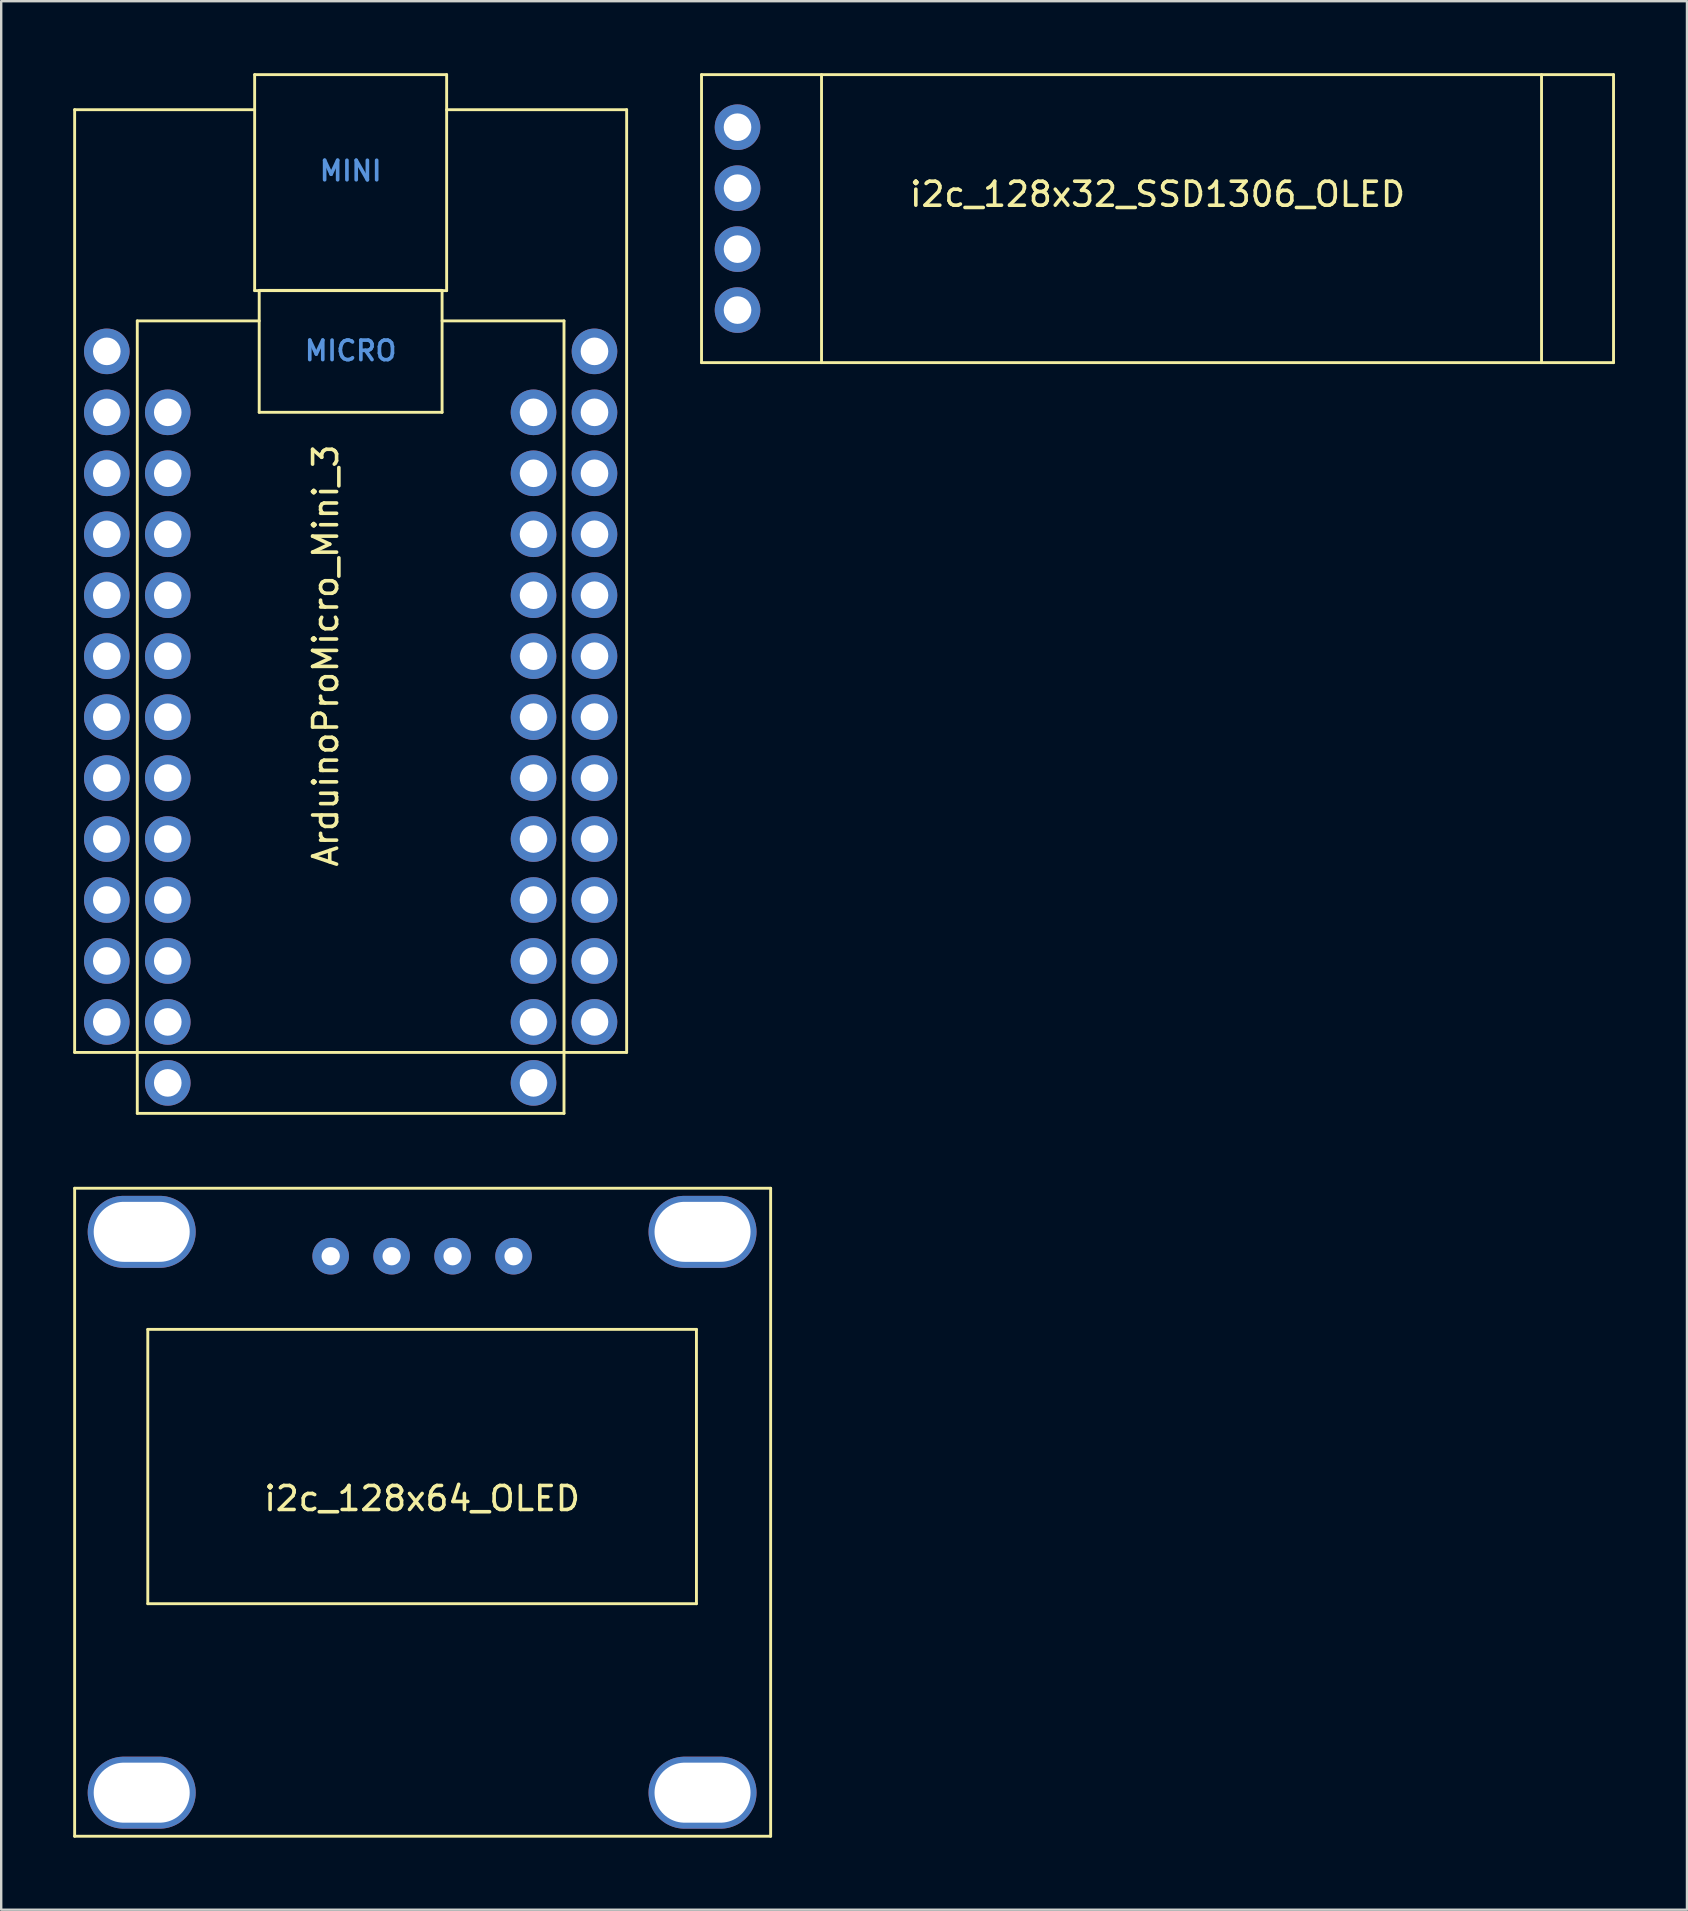
<source format=kicad_pcb>
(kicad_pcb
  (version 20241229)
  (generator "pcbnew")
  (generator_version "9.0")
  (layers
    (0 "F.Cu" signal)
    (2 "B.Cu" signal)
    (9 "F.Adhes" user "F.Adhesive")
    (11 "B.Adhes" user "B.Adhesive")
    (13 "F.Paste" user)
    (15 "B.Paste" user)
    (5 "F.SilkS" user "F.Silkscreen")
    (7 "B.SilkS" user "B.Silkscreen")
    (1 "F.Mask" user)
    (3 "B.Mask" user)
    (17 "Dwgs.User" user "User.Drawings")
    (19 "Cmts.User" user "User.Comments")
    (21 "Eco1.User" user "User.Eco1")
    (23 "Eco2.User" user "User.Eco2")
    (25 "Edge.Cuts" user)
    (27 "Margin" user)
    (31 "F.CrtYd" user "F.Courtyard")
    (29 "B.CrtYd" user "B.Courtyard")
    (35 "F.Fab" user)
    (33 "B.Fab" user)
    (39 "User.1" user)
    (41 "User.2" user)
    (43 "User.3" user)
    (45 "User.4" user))
  (footprint "ArduinoProMicro_Mini_3"
    (layer "F.Cu")
    (at 11.56 24.265)
    (property "Reference" "ArduinoProMicro_Mini_3" (at -1.041 0 90) (layer "F.SilkS") (effects (font (size 1 1) (thickness 0.15))))
    (attr through_hole)
    (fp_line (start -11.5 -22.745) (end -4 -22.745) (stroke (width 0.12) (type solid)) (layer "F.SilkS"))
    (fp_line (start -11.5 16.535) (end -11.5 -22.745) (stroke (width 0.12) (type solid)) (layer "F.SilkS"))
    (fp_line (start -11.5 16.535) (end 11.5 16.535) (stroke (width 0.12) (type solid)) (layer "F.SilkS"))
    (fp_line (start -8.89 -13.945) (end -8.89 19.075) (stroke (width 0.12) (type solid)) (layer "F.SilkS"))
    (fp_line (start -8.89 -13.945) (end -3.81 -13.945) (stroke (width 0.12) (type solid)) (layer "F.SilkS"))
    (fp_line (start -8.89 19.075) (end 8.89 19.075) (stroke (width 0.12) (type solid)) (layer "F.SilkS"))
    (fp_line (start -4 -24.205) (end 4 -24.205) (stroke (width 0.12) (type solid)) (layer "F.SilkS"))
    (fp_line (start -4 -15.205) (end -4 -24.205) (stroke (width 0.12) (type solid)) (layer "F.SilkS"))
    (fp_line (start -4 -15.205) (end 4 -15.205) (stroke (width 0.12) (type solid)) (layer "F.SilkS"))
    (fp_line (start -3.81 -15.215) (end 3.81 -15.215) (stroke (width 0.12) (type solid)) (layer "F.SilkS"))
    (fp_line (start -3.81 -10.135) (end -3.81 -15.215) (stroke (width 0.12) (type solid)) (layer "F.SilkS"))
    (fp_line (start -3.81 -10.135) (end 3.81 -10.135) (stroke (width 0.12) (type solid)) (layer "F.SilkS"))
    (fp_line (start 3.81 -15.215) (end 3.81 -10.135) (stroke (width 0.12) (type solid)) (layer "F.SilkS"))
    (fp_line (start 4 -15.205) (end 4 -24.205) (stroke (width 0.12) (type solid)) (layer "F.SilkS"))
    (fp_line (start 8.89 -13.945) (end 3.81 -13.945) (stroke (width 0.12) (type solid)) (layer "F.SilkS"))
    (fp_line (start 8.89 19.075) (end 8.89 -13.945) (stroke (width 0.12) (type solid)) (layer "F.SilkS"))
    (fp_line (start 11.5 -22.745) (end 4 -22.745) (stroke (width 0.12) (type solid)) (layer "F.SilkS"))
    (fp_line (start 11.5 16.535) (end 11.5 -22.745) (stroke (width 0.12) (type solid)) (layer "F.SilkS"))
    (fp_text user "MICRO" (at 0 -12.7 0) (layer "Cmts.User") (effects (font (size 0.813 0.813) (thickness 0.152))))
    (fp_text user "MINI" (at 0 -20.193 0) (layer "Cmts.User") (effects (font (size 0.813 0.813) (thickness 0.152))))
    (pad "1" thru_hole circle (at -10.16 -12.675) (size 1.9 1.9) (drill 1.15) (layers "*.Cu" "*.Mask"))
    (pad "1" thru_hole circle (at -7.62 -10.135) (size 1.9 1.9) (drill 1.15) (layers "*.Cu" "*.Mask"))
    (pad "2" thru_hole circle (at -10.16 -10.135) (size 1.9 1.9) (drill 1.15) (layers "*.Cu" "*.Mask"))
    (pad "2" thru_hole circle (at -7.62 -7.595) (size 1.9 1.9) (drill 1.15) (layers "*.Cu" "*.Mask"))
    (pad "3" thru_hole circle (at -10.16 -7.595) (size 1.9 1.9) (drill 1.15) (layers "*.Cu" "*.Mask"))
    (pad "3" thru_hole circle (at -7.62 -5.055) (size 1.9 1.9) (drill 1.15) (layers "*.Cu" "*.Mask"))
    (pad "4" thru_hole circle (at -10.16 -5.055) (size 1.9 1.9) (drill 1.15) (layers "*.Cu" "*.Mask"))
    (pad "4" thru_hole circle (at -7.62 -2.515) (size 1.9 1.9) (drill 1.15) (layers "*.Cu" "*.Mask"))
    (pad "5" thru_hole circle (at -10.16 -2.515) (size 1.9 1.9) (drill 1.15) (layers "*.Cu" "*.Mask"))
    (pad "5" thru_hole circle (at -7.62 0.025) (size 1.9 1.9) (drill 1.15) (layers "*.Cu" "*.Mask"))
    (pad "6" thru_hole circle (at -10.16 0.025) (size 1.9 1.9) (drill 1.15) (layers "*.Cu" "*.Mask"))
    (pad "6" thru_hole circle (at -7.62 2.565) (size 1.9 1.9) (drill 1.15) (layers "*.Cu" "*.Mask"))
    (pad "7" thru_hole circle (at -10.16 2.565) (size 1.9 1.9) (drill 1.15) (layers "*.Cu" "*.Mask"))
    (pad "7" thru_hole circle (at -7.62 5.105) (size 1.9 1.9) (drill 1.15) (layers "*.Cu" "*.Mask"))
    (pad "8" thru_hole circle (at -10.16 5.105) (size 1.9 1.9) (drill 1.15) (layers "*.Cu" "*.Mask"))
    (pad "8" thru_hole circle (at -7.62 7.645) (size 1.9 1.9) (drill 1.15) (layers "*.Cu" "*.Mask"))
    (pad "9" thru_hole circle (at -10.16 7.645) (size 1.9 1.9) (drill 1.15) (layers "*.Cu" "*.Mask"))
    (pad "9" thru_hole circle (at -7.62 10.185) (size 1.9 1.9) (drill 1.15) (layers "*.Cu" "*.Mask"))
    (pad "10" thru_hole circle (at -10.16 10.185) (size 1.9 1.9) (drill 1.15) (layers "*.Cu" "*.Mask"))
    (pad "10" thru_hole circle (at -7.62 12.725) (size 1.9 1.9) (drill 1.15) (layers "*.Cu" "*.Mask"))
    (pad "11" thru_hole circle (at -10.16 12.725) (size 1.9 1.9) (drill 1.15) (layers "*.Cu" "*.Mask"))
    (pad "11" thru_hole circle (at -7.62 15.265) (size 1.9 1.9) (drill 1.15) (layers "*.Cu" "*.Mask"))
    (pad "12" thru_hole circle (at -10.16 15.265) (size 1.9 1.9) (drill 1.15) (layers "*.Cu" "*.Mask"))
    (pad "12" thru_hole circle (at -7.62 17.805) (size 1.9 1.9) (drill 1.15) (layers "*.Cu" "*.Mask"))
    (pad "13" thru_hole circle (at 7.62 17.805) (size 1.9 1.9) (drill 1.15) (layers "*.Cu" "*.Mask"))
    (pad "13" thru_hole circle (at 10.16 15.265) (size 1.9 1.9) (drill 1.15) (layers "*.Cu" "*.Mask"))
    (pad "14" thru_hole circle (at 7.62 15.265) (size 1.9 1.9) (drill 1.15) (layers "*.Cu" "*.Mask"))
    (pad "14" thru_hole circle (at 10.16 12.725) (size 1.9 1.9) (drill 1.15) (layers "*.Cu" "*.Mask"))
    (pad "15" thru_hole circle (at 7.62 12.725) (size 1.9 1.9) (drill 1.15) (layers "*.Cu" "*.Mask"))
    (pad "15" thru_hole circle (at 10.16 10.185) (size 1.9 1.9) (drill 1.15) (layers "*.Cu" "*.Mask"))
    (pad "16" thru_hole circle (at 7.62 10.185) (size 1.9 1.9) (drill 1.15) (layers "*.Cu" "*.Mask"))
    (pad "16" thru_hole circle (at 10.16 7.645) (size 1.9 1.9) (drill 1.15) (layers "*.Cu" "*.Mask"))
    (pad "17" thru_hole circle (at 7.62 7.645) (size 1.9 1.9) (drill 1.15) (layers "*.Cu" "*.Mask"))
    (pad "17" thru_hole circle (at 10.16 5.105) (size 1.9 1.9) (drill 1.15) (layers "*.Cu" "*.Mask"))
    (pad "18" thru_hole circle (at 7.62 5.105) (size 1.9 1.9) (drill 1.15) (layers "*.Cu" "*.Mask"))
    (pad "18" thru_hole circle (at 10.16 2.565) (size 1.9 1.9) (drill 1.15) (layers "*.Cu" "*.Mask"))
    (pad "19" thru_hole circle (at 7.62 2.565) (size 1.9 1.9) (drill 1.15) (layers "*.Cu" "*.Mask"))
    (pad "19" thru_hole circle (at 10.16 0.025) (size 1.9 1.9) (drill 1.15) (layers "*.Cu" "*.Mask"))
    (pad "20" thru_hole circle (at 7.62 0.025) (size 1.9 1.9) (drill 1.15) (layers "*.Cu" "*.Mask"))
    (pad "20" thru_hole circle (at 10.16 -2.515) (size 1.9 1.9) (drill 1.15) (layers "*.Cu" "*.Mask"))
    (pad "21" thru_hole circle (at 7.62 -2.515) (size 1.9 1.9) (drill 1.15) (layers "*.Cu" "*.Mask"))
    (pad "21" thru_hole circle (at 10.16 -5.055) (size 1.9 1.9) (drill 1.15) (layers "*.Cu" "*.Mask"))
    (pad "22" thru_hole circle (at 7.62 -5.055) (size 1.9 1.9) (drill 1.15) (layers "*.Cu" "*.Mask"))
    (pad "22" thru_hole circle (at 10.16 -7.595) (size 1.9 1.9) (drill 1.15) (layers "*.Cu" "*.Mask"))
    (pad "23" thru_hole circle (at 7.62 -7.595) (size 1.9 1.9) (drill 1.15) (layers "*.Cu" "*.Mask"))
    (pad "23" thru_hole circle (at 10.16 -10.135) (size 1.9 1.9) (drill 1.15) (layers "*.Cu" "*.Mask"))
    (pad "24" thru_hole circle (at 7.62 -10.135) (size 1.9 1.9) (drill 1.15) (layers "*.Cu" "*.Mask"))
    (pad "24" thru_hole circle (at 10.16 -12.675) (size 1.9 1.9) (drill 1.15) (layers "*.Cu" "*.Mask")))
  (footprint "i2c_128x32_SSD1306_OLED"
    (layer "F.Cu")
    (at 45.18 6.06)
    (property "Reference" "i2c_128x32_SSD1306_OLED" (at 0 -1.016 0) (layer "F.SilkS") (effects (font (size 1 1) (thickness 0.15))))
    (attr through_hole)
    (fp_line (start -19 -6) (end 19 -6) (stroke (width 0.12) (type solid)) (layer "F.SilkS"))
    (fp_line (start -19 6) (end -19 -6) (stroke (width 0.12) (type solid)) (layer "F.SilkS"))
    (fp_line (start -19 6) (end 19 6) (stroke (width 0.12) (type solid)) (layer "F.SilkS"))
    (fp_line (start -14 6) (end -14 -6) (stroke (width 0.12) (type solid)) (layer "F.SilkS"))
    (fp_line (start 16 6) (end 16 -6) (stroke (width 0.12) (type solid)) (layer "F.SilkS"))
    (fp_line (start 19 -6) (end 19 6) (stroke (width 0.12) (type solid)) (layer "F.SilkS"))
    (pad "1" thru_hole circle (at -17.5 3.81) (size 1.9 1.9) (drill 1.15) (layers "*.Cu" "B.Mask"))
    (pad "2" thru_hole circle (at -17.5 1.27) (size 1.9 1.9) (drill 1.15) (layers "*.Cu" "B.Mask"))
    (pad "3" thru_hole circle (at -17.5 -1.27) (size 1.9 1.9) (drill 1.15) (layers "*.Cu" "B.Mask"))
    (pad "4" thru_hole circle (at -17.5 -3.81) (size 1.9 1.9) (drill 1.15) (layers "*.Cu" "B.Mask")))
  (footprint "i2c_128x64_OLED"
    (layer "F.Cu")
    (at 14.538 59.96)
    (property "Reference" "i2c_128x64_OLED" (at 0 -0.572 0) (layer "F.SilkS") (effects (font (size 1 1) (thickness 0.15))))
    (attr through_hole)
    (fp_line (start -14.478 -13.5) (end -14.478 13.5) (stroke (width 0.12) (type solid)) (layer "F.SilkS"))
    (fp_line (start -14.478 -13.5) (end 14.522 -13.5) (stroke (width 0.12) (type solid)) (layer "F.SilkS"))
    (fp_line (start -14.478 13.5) (end 14.522 13.5) (stroke (width 0.12) (type solid)) (layer "F.SilkS"))
    (fp_line (start -11.43 -7.62) (end 11.43 -7.62) (stroke (width 0.12) (type solid)) (layer "F.SilkS"))
    (fp_line (start -11.43 3.81) (end -11.43 -7.62) (stroke (width 0.12) (type solid)) (layer "F.SilkS"))
    (fp_line (start 11.43 -7.62) (end 11.43 3.81) (stroke (width 0.12) (type solid)) (layer "F.SilkS"))
    (fp_line (start 11.43 3.81) (end -11.43 3.81) (stroke (width 0.12) (type solid)) (layer "F.SilkS"))
    (fp_line (start 14.522 -13.5) (end 14.522 13.5) (stroke (width 0.12) (type solid)) (layer "F.SilkS"))
    (pad "" np_thru_hole oval (at -11.684 -11.684) (size 4.5 3) (drill oval 4 2.5) (layers "*.Cu" "*.Mask"))
    (pad "" np_thru_hole oval (at -11.684 11.684) (size 4.5 3) (drill oval 4 2.5) (layers "*.Cu" "*.Mask"))
    (pad "" np_thru_hole oval (at 11.684 -11.684) (size 4.5 3) (drill oval 4 2.5) (layers "*.Cu" "*.Mask"))
    (pad "" np_thru_hole oval (at 11.684 11.684) (size 4.5 3) (drill oval 4 2.5) (layers "*.Cu" "*.Mask"))
    (pad "1" thru_hole circle (at -3.81 -10.668) (size 1.524 1.524) (drill 0.762) (layers "*.Cu" "*.Mask"))
    (pad "2" thru_hole circle (at -1.27 -10.668) (size 1.524 1.524) (drill 0.762) (layers "*.Cu" "*.Mask"))
    (pad "3" thru_hole circle (at 1.27 -10.668) (size 1.524 1.524) (drill 0.762) (layers "*.Cu" "*.Mask"))
    (pad "4" thru_hole circle (at 3.81 -10.668) (size 1.524 1.524) (drill 0.762) (layers "*.Cu" "*.Mask")))
  (gr_rect
    (start -3 -3)
    (end 67.24 76.52)
    (stroke (width 0.1) (type default))
    (fill no)
    (layer "Edge.Cuts")))
</source>
